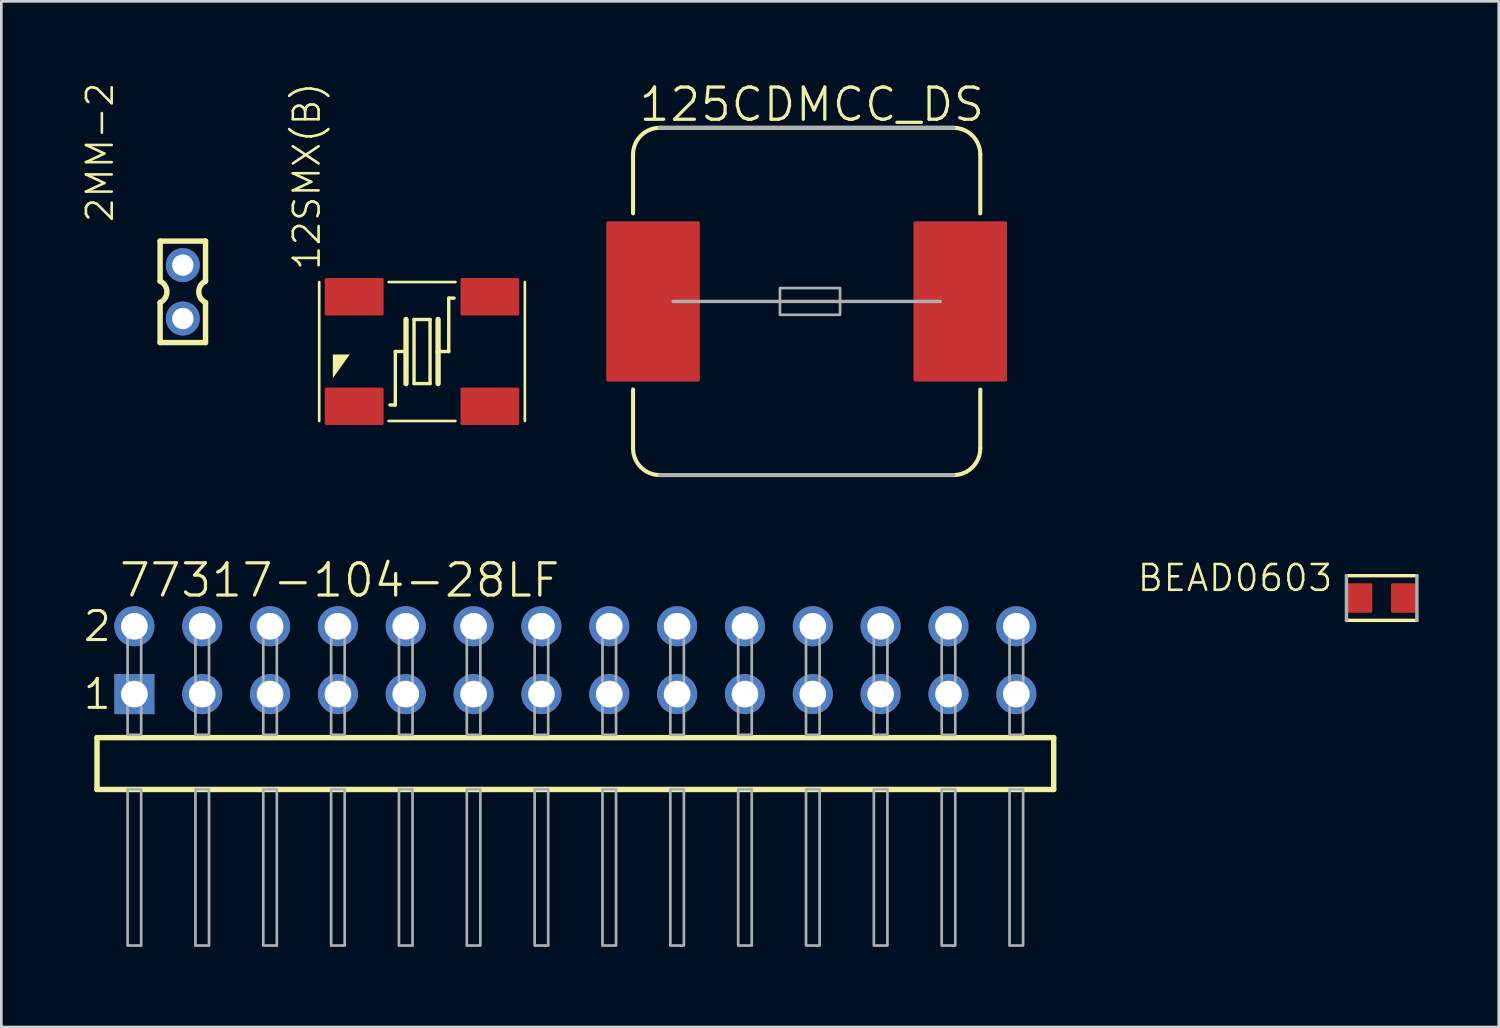
<source format=kicad_pcb>
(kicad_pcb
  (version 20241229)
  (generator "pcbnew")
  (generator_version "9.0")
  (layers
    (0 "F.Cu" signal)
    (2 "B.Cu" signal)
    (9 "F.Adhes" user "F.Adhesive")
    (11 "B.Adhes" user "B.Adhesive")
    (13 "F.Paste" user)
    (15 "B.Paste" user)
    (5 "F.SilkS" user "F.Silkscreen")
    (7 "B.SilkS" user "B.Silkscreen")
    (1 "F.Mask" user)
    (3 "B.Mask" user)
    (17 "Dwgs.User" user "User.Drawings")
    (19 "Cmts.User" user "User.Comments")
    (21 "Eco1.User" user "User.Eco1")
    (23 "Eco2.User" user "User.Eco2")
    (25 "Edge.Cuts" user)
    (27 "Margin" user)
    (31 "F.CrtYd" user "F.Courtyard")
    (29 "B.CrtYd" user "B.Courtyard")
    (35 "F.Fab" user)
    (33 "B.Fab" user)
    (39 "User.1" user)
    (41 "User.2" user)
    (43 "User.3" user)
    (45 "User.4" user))
  (footprint "125CDMCC_DS"
    (layer "F.Cu")
    (at 27.151 8.236)
    (property "Reference" "125CDMCC_DS" (at -6.35 -6.668 180) (layer "F.SilkS") (effects (font (size 1.206 1.206) (thickness 0.121)) (justify left bottom)))
    (attr through_hole)
    (fp_line (start -6.5 -3.3) (end -6.5 -5.5) (stroke (width 0.152) (type solid)) (layer "F.SilkS"))
    (fp_line (start -6.5 3.3) (end -6.5 5.5) (stroke (width 0.152) (type solid)) (layer "F.SilkS"))
    (fp_line (start -5.5 -6.5) (end 5.5 -6.5) (stroke (width 0.152) (type solid)) (layer "F.SilkS"))
    (fp_line (start 5.5 6.5) (end -5.5 6.5) (stroke (width 0.152) (type solid)) (layer "F.SilkS"))
    (fp_line (start 6.5 -3.3) (end 6.5 -5.5) (stroke (width 0.152) (type solid)) (layer "F.SilkS"))
    (fp_line (start 6.5 3.3) (end 6.5 5.5) (stroke (width 0.152) (type solid)) (layer "F.SilkS"))
    (fp_arc (start -6.5 -5.5) (mid -6.207107 -6.207107) (end -5.5 -6.5) (stroke (width 0.1524) (type solid)) (layer "F.SilkS"))
    (fp_arc (start -5.5 6.5) (mid -6.207107 6.207107) (end -6.5 5.5) (stroke (width 0.1524) (type solid)) (layer "F.SilkS"))
    (fp_arc (start 5.5 -6.5) (mid 6.207107 -6.207107) (end 6.5 -5.5) (stroke (width 0.1524) (type solid)) (layer "F.SilkS"))
    (fp_arc (start 6.5 5.5) (mid 6.207107 6.207107) (end 5.5 6.5) (stroke (width 0.1524) (type solid)) (layer "F.SilkS"))
    (fp_line (start -5.5 6.5) (end 5.5 6.5) (stroke (width 0.152) (type solid)) (layer "F.Fab"))
    (fp_line (start -5 0) (end 5 0) (stroke (width 0.127) (type solid)) (layer "F.Fab"))
    (fp_line (start 5.5 -6.5) (end -5.5 -6.5) (stroke (width 0.152) (type solid)) (layer "F.Fab"))
    (fp_poly (pts (xy -1 0.5) (xy 1.25 0.5) (xy 1.25 -0.5) (xy -1 -0.5)) (stroke (width 0.1) (type solid)) (fill no) (layer "F.Fab"))
    (pad "1" smd roundrect (at -5.75 0 180) (size 3.5 6) (layers "F.Cu" "F.Mask" "F.Paste") (roundrect_rratio 0.015))
    (pad "2" smd roundrect (at 5.75 0 180) (size 3.5 6) (layers "F.Cu" "F.Mask" "F.Paste") (roundrect_rratio 0.015)))
  (footprint "12SMX(B)"
    (layer "F.Cu")
    (at 12.751 10.111)
    (property "Reference" "12SMX(B)" (at -3.75 -2.982 90) (layer "F.SilkS") (effects (font (size 0.965 0.965) (thickness 0.097)) (justify left bottom)))
    (attr through_hole)
    (fp_line (start -3.85 -2.6) (end -3.85 2.6) (stroke (width 0.1) (type solid)) (layer "F.SilkS"))
    (fp_line (start -1 0) (end -1 2) (stroke (width 0.127) (type solid)) (layer "F.SilkS"))
    (fp_line (start -1 2) (end -1.2 2) (stroke (width 0.127) (type solid)) (layer "F.SilkS"))
    (fp_line (start -0.7 0) (end -1 0) (stroke (width 0.127) (type solid)) (layer "F.SilkS"))
    (fp_line (start -0.6 -1.2) (end -0.6 1.2) (stroke (width 0.2) (type solid)) (layer "F.SilkS"))
    (fp_line (start -0.3 -1.2) (end 0.3 -1.2) (stroke (width 0.127) (type solid)) (layer "F.SilkS"))
    (fp_line (start -0.3 1.2) (end -0.3 -1.2) (stroke (width 0.127) (type solid)) (layer "F.SilkS"))
    (fp_line (start 0.3 -1.2) (end 0.3 1.2) (stroke (width 0.127) (type solid)) (layer "F.SilkS"))
    (fp_line (start 0.3 1.2) (end -0.3 1.2) (stroke (width 0.127) (type solid)) (layer "F.SilkS"))
    (fp_line (start 0.6 -1.2) (end 0.6 0) (stroke (width 0.2) (type solid)) (layer "F.SilkS"))
    (fp_line (start 0.6 0) (end 0.6 1.2) (stroke (width 0.2) (type solid)) (layer "F.SilkS"))
    (fp_line (start 0.6 0) (end 1 0) (stroke (width 0.127) (type solid)) (layer "F.SilkS"))
    (fp_line (start 1 -2) (end 1.2 -2) (stroke (width 0.127) (type solid)) (layer "F.SilkS"))
    (fp_line (start 1 0) (end 1 -2) (stroke (width 0.127) (type solid)) (layer "F.SilkS"))
    (fp_line (start 1.25 -2.6) (end -1.25 -2.6) (stroke (width 0.1) (type solid)) (layer "F.SilkS"))
    (fp_line (start 1.25 2.6) (end -1.25 2.6) (stroke (width 0.1) (type solid)) (layer "F.SilkS"))
    (fp_line (start 3.85 2.6) (end 3.85 -2.6) (stroke (width 0.1) (type solid)) (layer "F.SilkS"))
    (fp_poly (pts (xy -3.34 0.999) (xy -3.34 0.11) (xy -2.705 0.11)) (stroke (width 0) (type solid)) (fill yes) (layer "F.SilkS"))
    (pad "1" smd roundrect (at -2.54 2.05) (size 2.2 1.4) (layers "F.Cu" "F.Mask" "F.Paste") (roundrect_rratio 0.036))
    (pad "2" smd roundrect (at 2.54 2.05) (size 2.2 1.4) (layers "F.Cu" "F.Mask" "F.Paste") (roundrect_rratio 0.036))
    (pad "3" smd roundrect (at 2.54 -2.05) (size 2.2 1.4) (layers "F.Cu" "F.Mask" "F.Paste") (roundrect_rratio 0.036))
    (pad "4" smd roundrect (at -2.54 -2.05) (size 2.2 1.4) (layers "F.Cu" "F.Mask" "F.Paste") (roundrect_rratio 0.036)))
  (footprint "2MM-2"
    (layer "F.Cu")
    (at 3.795 7.876)
    (property "Reference" "2MM-2" (at -2.54 -2.54 90) (layer "F.SilkS") (effects (font (size 0.965 0.965) (thickness 0.097)) (justify left bottom)))
    (attr through_hole)
    (fp_line (start -0.85 -1.9) (end -0.85 -0.4) (stroke (width 0.203) (type solid)) (layer "F.SilkS"))
    (fp_line (start -0.85 0.4) (end -0.85 1.9) (stroke (width 0.203) (type solid)) (layer "F.SilkS"))
    (fp_line (start -0.85 1.9) (end 0.85 1.9) (stroke (width 0.203) (type solid)) (layer "F.SilkS"))
    (fp_line (start 0.85 -1.9) (end -0.85 -1.9) (stroke (width 0.203) (type solid)) (layer "F.SilkS"))
    (fp_line (start 0.85 -0.4) (end 0.85 -1.9) (stroke (width 0.203) (type solid)) (layer "F.SilkS"))
    (fp_line (start 0.85 1.9) (end 0.85 0.4) (stroke (width 0.203) (type solid)) (layer "F.SilkS"))
    (fp_arc (start -0.85 -0.4) (mid -0.597168 -0.000001) (end -0.849998 0.399999) (stroke (width 0.2032) (type solid)) (layer "F.SilkS"))
    (fp_arc (start 0.85 0.4) (mid 0.597168 0.000001) (end 0.849998 -0.399999) (stroke (width 0.2032) (type solid)) (layer "F.SilkS"))
    (fp_poly (pts (xy -0.25 -0.75) (xy 0.25 -0.75) (xy 0.25 -1.25) (xy -0.25 -1.25)) (stroke (width 0.1) (type solid)) (fill no) (layer "F.Fab"))
    (fp_poly (pts (xy -0.25 1.25) (xy 0.25 1.25) (xy 0.25 0.75) (xy -0.25 0.75)) (stroke (width 0.1) (type solid)) (fill no) (layer "F.Fab"))
    (pad "1" thru_hole circle (at 0 1) (size 1.27 1.27) (drill 0.8) (layers "*.Cu" "*.Mask"))
    (pad "2" thru_hole circle (at 0 -1) (size 1.27 1.27) (drill 0.8) (layers "*.Cu" "*.Mask")))
  (footprint "BEAD0603"
    (layer "F.Cu")
    (at 48.679 19.34)
    (property "Reference" "BEAD0603" (at -1.773 -1.315 0) (layer "F.SilkS") (effects (font (size 0.965 0.965) (thickness 0.097)) (justify right top)))
    (attr through_hole)
    (fp_line (start -1.319 0.837) (end 1.319 0.837) (stroke (width 0.127) (type solid)) (layer "F.SilkS"))
    (fp_line (start 1.319 -0.837) (end -1.319 -0.837) (stroke (width 0.127) (type solid)) (layer "F.SilkS"))
    (fp_line (start -1.319 -0.837) (end -1.319 0.837) (stroke (width 0.127) (type solid)) (layer "F.Fab"))
    (fp_line (start 1.319 0.837) (end 1.319 -0.837) (stroke (width 0.127) (type solid)) (layer "F.Fab"))
    (pad "P$1" smd roundrect (at -0.85 0) (size 1 1.1) (layers "F.Cu" "F.Mask" "F.Paste") (roundrect_rratio 0.051))
    (pad "P$2" smd roundrect (at 0.85 0) (size 1 1.1) (layers "F.Cu" "F.Mask" "F.Paste") (roundrect_rratio 0.051)))
  (footprint "77317-104-28LF"
    (layer "F.Cu")
    (at 35.001 20.397)
    (property "Reference" "77317-104-28LF" (at -33.655 -1.016 0) (layer "F.SilkS") (effects (font (size 1.206 1.206) (thickness 0.121)) (justify left bottom)))
    (attr through_hole)
    (fp_line (start -34.419 4.17) (end -34.419 6.11) (stroke (width 0.203) (type solid)) (layer "F.SilkS"))
    (fp_line (start -34.419 6.11) (end 1.399 6.11) (stroke (width 0.203) (type solid)) (layer "F.SilkS"))
    (fp_line (start 1.399 4.17) (end -34.419 4.17) (stroke (width 0.203) (type solid)) (layer "F.SilkS"))
    (fp_line (start 1.399 6.11) (end 1.399 4.17) (stroke (width 0.203) (type solid)) (layer "F.SilkS"))
    (fp_poly (pts (xy -33.274 4.064) (xy -32.766 4.064) (xy -32.766 -0.254) (xy -33.274 -0.254)) (stroke (width 0.1) (type solid)) (fill no) (layer "F.Fab"))
    (fp_poly (pts (xy -33.274 11.954) (xy -32.766 11.954) (xy -32.766 6.104) (xy -33.274 6.104)) (stroke (width 0.1) (type solid)) (fill no) (layer "F.Fab"))
    (fp_poly (pts (xy -30.734 4.064) (xy -30.226 4.064) (xy -30.226 -0.254) (xy -30.734 -0.254)) (stroke (width 0.1) (type solid)) (fill no) (layer "F.Fab"))
    (fp_poly (pts (xy -30.734 11.954) (xy -30.226 11.954) (xy -30.226 6.104) (xy -30.734 6.104)) (stroke (width 0.1) (type solid)) (fill no) (layer "F.Fab"))
    (fp_poly (pts (xy -28.194 4.064) (xy -27.686 4.064) (xy -27.686 -0.254) (xy -28.194 -0.254)) (stroke (width 0.1) (type solid)) (fill no) (layer "F.Fab"))
    (fp_poly (pts (xy -28.194 11.954) (xy -27.686 11.954) (xy -27.686 6.104) (xy -28.194 6.104)) (stroke (width 0.1) (type solid)) (fill no) (layer "F.Fab"))
    (fp_poly (pts (xy -25.654 4.064) (xy -25.146 4.064) (xy -25.146 -0.254) (xy -25.654 -0.254)) (stroke (width 0.1) (type solid)) (fill no) (layer "F.Fab"))
    (fp_poly (pts (xy -25.654 11.954) (xy -25.146 11.954) (xy -25.146 6.104) (xy -25.654 6.104)) (stroke (width 0.1) (type solid)) (fill no) (layer "F.Fab"))
    (fp_poly (pts (xy -23.114 4.064) (xy -22.606 4.064) (xy -22.606 -0.254) (xy -23.114 -0.254)) (stroke (width 0.1) (type solid)) (fill no) (layer "F.Fab"))
    (fp_poly (pts (xy -23.114 11.954) (xy -22.606 11.954) (xy -22.606 6.104) (xy -23.114 6.104)) (stroke (width 0.1) (type solid)) (fill no) (layer "F.Fab"))
    (fp_poly (pts (xy -20.574 4.064) (xy -20.066 4.064) (xy -20.066 -0.254) (xy -20.574 -0.254)) (stroke (width 0.1) (type solid)) (fill no) (layer "F.Fab"))
    (fp_poly (pts (xy -20.574 11.954) (xy -20.066 11.954) (xy -20.066 6.104) (xy -20.574 6.104)) (stroke (width 0.1) (type solid)) (fill no) (layer "F.Fab"))
    (fp_poly (pts (xy -18.034 4.064) (xy -17.526 4.064) (xy -17.526 -0.254) (xy -18.034 -0.254)) (stroke (width 0.1) (type solid)) (fill no) (layer "F.Fab"))
    (fp_poly (pts (xy -18.034 11.954) (xy -17.526 11.954) (xy -17.526 6.104) (xy -18.034 6.104)) (stroke (width 0.1) (type solid)) (fill no) (layer "F.Fab"))
    (fp_poly (pts (xy -15.494 4.064) (xy -14.986 4.064) (xy -14.986 -0.254) (xy -15.494 -0.254)) (stroke (width 0.1) (type solid)) (fill no) (layer "F.Fab"))
    (fp_poly (pts (xy -15.494 11.954) (xy -14.986 11.954) (xy -14.986 6.104) (xy -15.494 6.104)) (stroke (width 0.1) (type solid)) (fill no) (layer "F.Fab"))
    (fp_poly (pts (xy -12.954 4.064) (xy -12.446 4.064) (xy -12.446 -0.254) (xy -12.954 -0.254)) (stroke (width 0.1) (type solid)) (fill no) (layer "F.Fab"))
    (fp_poly (pts (xy -12.954 11.954) (xy -12.446 11.954) (xy -12.446 6.104) (xy -12.954 6.104)) (stroke (width 0.1) (type solid)) (fill no) (layer "F.Fab"))
    (fp_poly (pts (xy -10.414 4.064) (xy -9.906 4.064) (xy -9.906 -0.254) (xy -10.414 -0.254)) (stroke (width 0.1) (type solid)) (fill no) (layer "F.Fab"))
    (fp_poly (pts (xy -10.414 11.954) (xy -9.906 11.954) (xy -9.906 6.104) (xy -10.414 6.104)) (stroke (width 0.1) (type solid)) (fill no) (layer "F.Fab"))
    (fp_poly (pts (xy -7.874 4.064) (xy -7.366 4.064) (xy -7.366 -0.254) (xy -7.874 -0.254)) (stroke (width 0.1) (type solid)) (fill no) (layer "F.Fab"))
    (fp_poly (pts (xy -7.874 11.954) (xy -7.366 11.954) (xy -7.366 6.104) (xy -7.874 6.104)) (stroke (width 0.1) (type solid)) (fill no) (layer "F.Fab"))
    (fp_poly (pts (xy -5.334 4.064) (xy -4.826 4.064) (xy -4.826 -0.254) (xy -5.334 -0.254)) (stroke (width 0.1) (type solid)) (fill no) (layer "F.Fab"))
    (fp_poly (pts (xy -5.334 11.954) (xy -4.826 11.954) (xy -4.826 6.104) (xy -5.334 6.104)) (stroke (width 0.1) (type solid)) (fill no) (layer "F.Fab"))
    (fp_poly (pts (xy -2.794 4.064) (xy -2.286 4.064) (xy -2.286 -0.254) (xy -2.794 -0.254)) (stroke (width 0.1) (type solid)) (fill no) (layer "F.Fab"))
    (fp_poly (pts (xy -2.794 11.954) (xy -2.286 11.954) (xy -2.286 6.104) (xy -2.794 6.104)) (stroke (width 0.1) (type solid)) (fill no) (layer "F.Fab"))
    (fp_poly (pts (xy -0.254 4.064) (xy 0.254 4.064) (xy 0.254 -0.254) (xy -0.254 -0.254)) (stroke (width 0.1) (type solid)) (fill no) (layer "F.Fab"))
    (fp_poly (pts (xy -0.254 11.954) (xy 0.254 11.954) (xy 0.254 6.104) (xy -0.254 6.104)) (stroke (width 0.1) (type solid)) (fill no) (layer "F.Fab"))
    (fp_text user "2" (at -35.001 0.635 0) (layer "F.SilkS") (effects (font (size 1.086 1.086) (thickness 0.114)) (justify left bottom)))
    (fp_text user "1" (at -35.001 3.175 0) (layer "F.SilkS") (effects (font (size 1.086 1.086) (thickness 0.114)) (justify left bottom)))
    (pad "1" thru_hole rect (at -33.02 2.54) (size 1.5 1.5) (drill 1) (layers "*.Cu" "*.Mask"))
    (pad "2" thru_hole circle (at -33.02 0) (size 1.5 1.5) (drill 1) (layers "*.Cu" "*.Mask"))
    (pad "3" thru_hole circle (at -30.48 2.54) (size 1.5 1.5) (drill 1) (layers "*.Cu" "*.Mask"))
    (pad "4" thru_hole circle (at -30.48 0) (size 1.5 1.5) (drill 1) (layers "*.Cu" "*.Mask"))
    (pad "5" thru_hole circle (at -27.94 2.54) (size 1.5 1.5) (drill 1) (layers "*.Cu" "*.Mask"))
    (pad "6" thru_hole circle (at -27.94 0) (size 1.5 1.5) (drill 1) (layers "*.Cu" "*.Mask"))
    (pad "7" thru_hole circle (at -25.4 2.54) (size 1.5 1.5) (drill 1) (layers "*.Cu" "*.Mask"))
    (pad "8" thru_hole circle (at -25.4 0) (size 1.5 1.5) (drill 1) (layers "*.Cu" "*.Mask"))
    (pad "9" thru_hole circle (at -22.86 2.54) (size 1.5 1.5) (drill 1) (layers "*.Cu" "*.Mask"))
    (pad "10" thru_hole circle (at -22.86 0) (size 1.5 1.5) (drill 1) (layers "*.Cu" "*.Mask"))
    (pad "11" thru_hole circle (at -20.32 2.54) (size 1.5 1.5) (drill 1) (layers "*.Cu" "*.Mask"))
    (pad "12" thru_hole circle (at -20.32 0) (size 1.5 1.5) (drill 1) (layers "*.Cu" "*.Mask"))
    (pad "13" thru_hole circle (at -17.78 2.54) (size 1.5 1.5) (drill 1) (layers "*.Cu" "*.Mask"))
    (pad "14" thru_hole circle (at -17.78 0) (size 1.5 1.5) (drill 1) (layers "*.Cu" "*.Mask"))
    (pad "15" thru_hole circle (at -15.24 2.54) (size 1.5 1.5) (drill 1) (layers "*.Cu" "*.Mask"))
    (pad "16" thru_hole circle (at -15.24 0) (size 1.5 1.5) (drill 1) (layers "*.Cu" "*.Mask"))
    (pad "17" thru_hole circle (at -12.7 2.54) (size 1.5 1.5) (drill 1) (layers "*.Cu" "*.Mask"))
    (pad "18" thru_hole circle (at -12.7 0) (size 1.5 1.5) (drill 1) (layers "*.Cu" "*.Mask"))
    (pad "19" thru_hole circle (at -10.16 2.54) (size 1.5 1.5) (drill 1) (layers "*.Cu" "*.Mask"))
    (pad "20" thru_hole circle (at -10.16 0) (size 1.5 1.5) (drill 1) (layers "*.Cu" "*.Mask"))
    (pad "21" thru_hole circle (at -7.62 2.54) (size 1.5 1.5) (drill 1) (layers "*.Cu" "*.Mask"))
    (pad "22" thru_hole circle (at -7.62 0) (size 1.5 1.5) (drill 1) (layers "*.Cu" "*.Mask"))
    (pad "23" thru_hole circle (at -5.08 2.54) (size 1.5 1.5) (drill 1) (layers "*.Cu" "*.Mask"))
    (pad "24" thru_hole circle (at -5.08 0) (size 1.5 1.5) (drill 1) (layers "*.Cu" "*.Mask"))
    (pad "25" thru_hole circle (at -2.54 2.54) (size 1.5 1.5) (drill 1) (layers "*.Cu" "*.Mask"))
    (pad "26" thru_hole circle (at -2.54 0) (size 1.5 1.5) (drill 1) (layers "*.Cu" "*.Mask"))
    (pad "27" thru_hole circle (at 0 2.54) (size 1.5 1.5) (drill 1) (layers "*.Cu" "*.Mask"))
    (pad "28" thru_hole circle (at 0 0) (size 1.5 1.5) (drill 1) (layers "*.Cu" "*.Mask")))
  (gr_rect
    (start -3 -3)
    (end 53.062 35.401)
    (stroke (width 0.1) (type default))
    (fill no)
    (layer "Edge.Cuts")))
</source>
